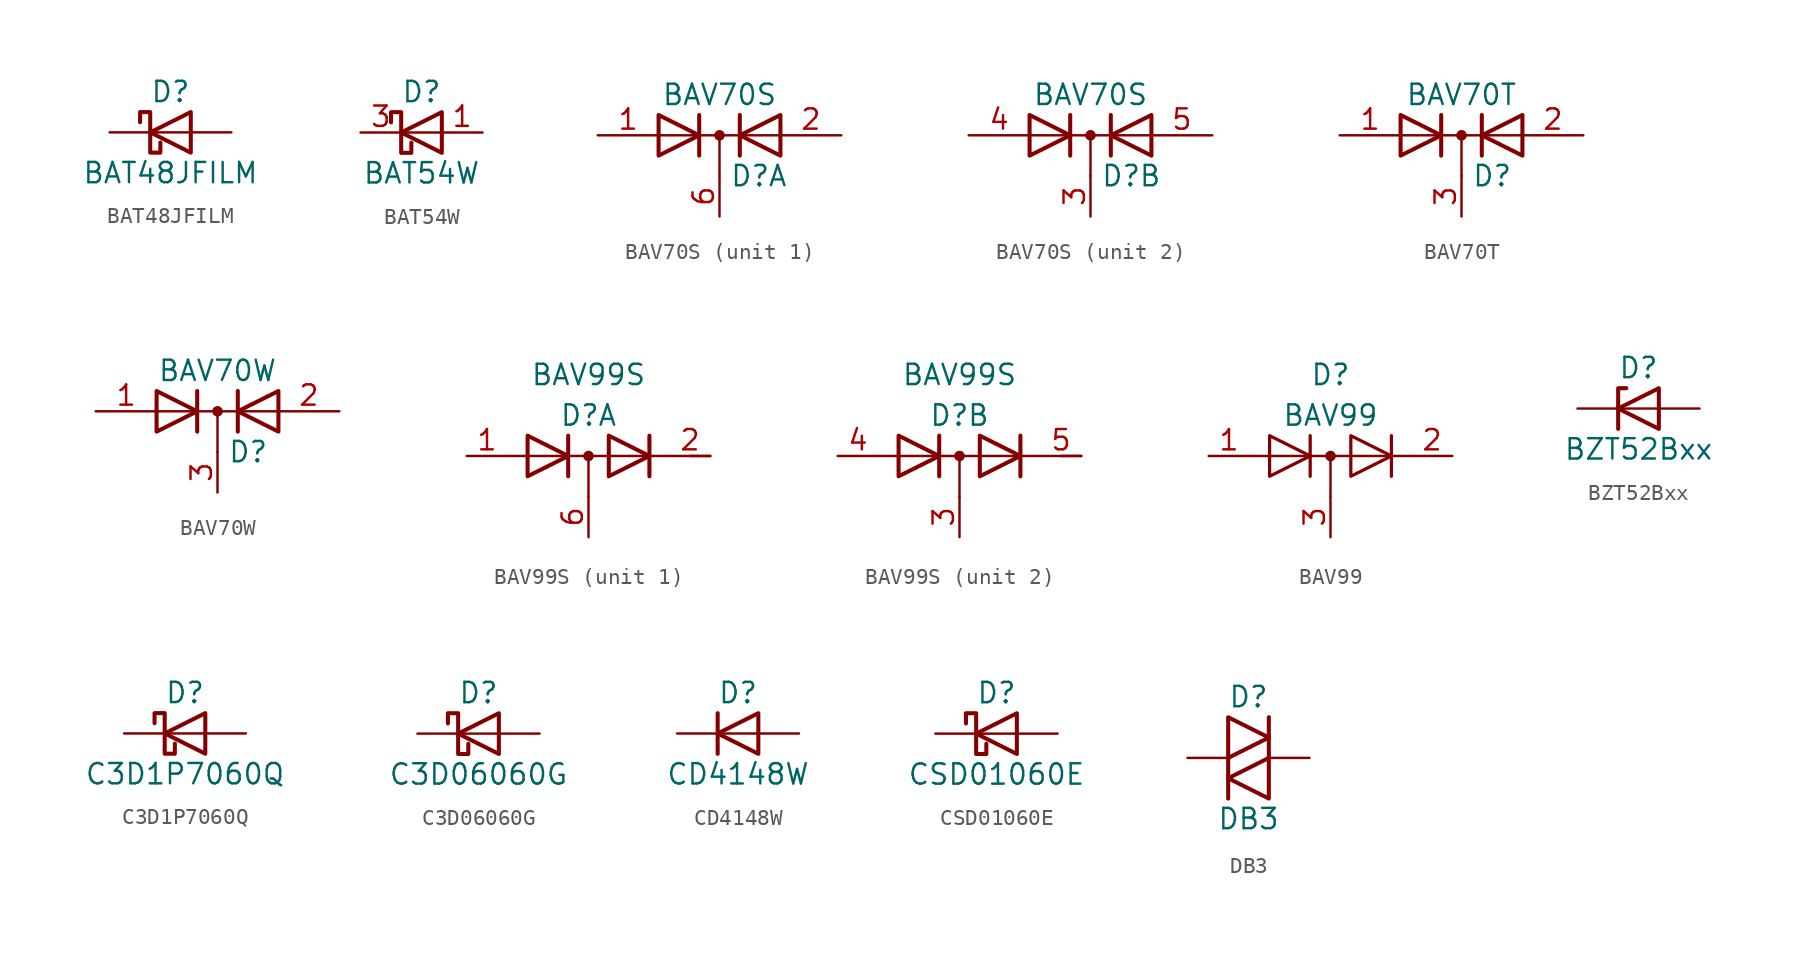
<source format=kicad_sym>
(kicad_symbol_lib
  (version 20201005)
  (generator kicad_symbol_editor)
  (symbol "BAT48JFILM"
    (pin_numbers hide)
    (pin_names
      (offset 1.016) hide)
    (property "Reference" "D"
      (at 0 2.54 0)
      (effects (font (size 1.27 1.27))))
    (property "Value" "BAT48JFILM"
      (at 0 -2.54 0)
      (effects (font (size 1.27 1.27))))
    (symbol "BAT48JFILM_0_1"
      (polyline (pts (xy 1.27 0) (xy -1.27 0)) (stroke (width 0)) (fill (type none)))
      (polyline (pts (xy 1.27 1.27) (xy 1.27 -1.27) (xy -1.27 0) (xy 1.27 1.27)) (stroke (width 0.254)) (fill (type none)))
      (polyline (pts (xy -1.905 0.635) (xy -1.905 1.27) (xy -1.27 1.27) (xy -1.27 -1.27) (xy -0.635 -1.27) (xy -0.635 -0.635)) (stroke (width 0.254)) (fill (type none))))
    (symbol "BAT48JFILM_1_1"
      (pin passive line (at -3.81 0 0) (length 2.54) (name "K" (effects (font (size 1.27 1.27)))) (number "1" (effects (font (size 1.27 1.27)))))
      (pin passive line (at 3.81 0 180) (length 2.54) (name "A" (effects (font (size 1.27 1.27)))) (number "2" (effects (font (size 1.27 1.27)))))))
  (symbol "BAT54W"
    (pin_names
      (offset 1.016) hide)
    (property "Reference" "D"
      (at 0 2.54 0)
      (effects (font (size 1.27 1.27))))
    (property "Value" "BAT54W"
      (at 0 -2.54 0)
      (effects (font (size 1.27 1.27))))
    (symbol "BAT54W_0_1"
      (polyline (pts (xy 1.27 0) (xy -1.27 0)) (stroke (width 0)) (fill (type none)))
      (polyline (pts (xy 1.27 1.27) (xy 1.27 -1.27) (xy -1.27 0) (xy 1.27 1.27)) (stroke (width 0.254)) (fill (type none)))
      (polyline (pts (xy -1.905 0.635) (xy -1.905 1.27) (xy -1.27 1.27) (xy -1.27 -1.27) (xy -0.635 -1.27) (xy -0.635 -0.635)) (stroke (width 0.254)) (fill (type none))))
    (symbol "BAT54W_1_1"
      (pin passive line (at 3.81 0 180) (length 2.54) (name "A" (effects (font (size 1.27 1.27)))) (number "1" (effects (font (size 1.27 1.27)))))
      (pin no_connect line (at 0 0 90) (length 2.54) hide (name "NC" (effects (font (size 1.27 1.27)))) (number "2" (effects (font (size 1.27 1.27)))))
      (pin passive line (at -3.81 0 0) (length 2.54) (name "K" (effects (font (size 1.27 1.27)))) (number "3" (effects (font (size 1.27 1.27)))))))
  (symbol "BAV70S"
    (pin_names
      (offset 0.762) hide)
    (property "Reference" "D"
      (at 0.635 -2.54 0)
      (effects (font (size 1.27 1.27)) (justify left)))
    (property "Value" "BAV70S"
      (at 0 2.54 0)
      (effects (font (size 1.27 1.27))))
    (symbol "BAV70S_0_1"
      (circle (center 0 0) (radius 0.254) (stroke (width 0)) (fill (type outline)))
      (polyline (pts (xy -3.81 0) (xy 3.81 0)) (stroke (width 0)) (fill (type none)))
      (polyline (pts (xy 0 0) (xy 0 -2.54)) (stroke (width 0)) (fill (type none)))
      (polyline (pts (xy -1.27 -1.27) (xy -1.27 1.27) (xy -1.27 1.27)) (stroke (width 0.254)) (fill (type none)))
      (polyline (pts (xy 1.27 -1.27) (xy 1.27 1.27) (xy 1.27 1.27)) (stroke (width 0.254)) (fill (type none)))
      (polyline (pts (xy -3.81 1.27) (xy -1.27 0) (xy -3.81 -1.27) (xy -3.81 1.27) (xy -3.81 1.27) (xy -3.81 1.27)) (stroke (width 0.254)) (fill (type none)))
      (polyline (pts (xy 3.81 -1.27) (xy 1.27 0) (xy 3.81 1.27) (xy 3.81 -1.27) (xy 3.81 -1.27) (xy 3.81 -1.27)) (stroke (width 0.254)) (fill (type none))))
    (symbol "BAV70S_1_1"
      (pin passive line (at -7.62 0 0) (length 3.81) (name "A" (effects (font (size 1.27 1.27)))) (number "1" (effects (font (size 1.27 1.27)))))
      (pin passive line (at 7.62 0 180) (length 3.81) (name "A" (effects (font (size 1.27 1.27)))) (number "2" (effects (font (size 1.27 1.27)))))
      (pin passive line (at 0 -5.08 90) (length 2.54) (name "K" (effects (font (size 1.27 1.27)))) (number "6" (effects (font (size 1.27 1.27))))))
    (symbol "BAV70S_2_1"
      (pin passive line (at 0 -5.08 90) (length 2.54) (name "K" (effects (font (size 1.27 1.27)))) (number "3" (effects (font (size 1.27 1.27)))))
      (pin passive line (at -7.62 0 0) (length 3.81) (name "A" (effects (font (size 1.27 1.27)))) (number "4" (effects (font (size 1.27 1.27)))))
      (pin passive line (at 7.62 0 180) (length 3.81) (name "A" (effects (font (size 1.27 1.27)))) (number "5" (effects (font (size 1.27 1.27)))))))
  (symbol "BAV70T"
    (pin_names
      (offset 0.762) hide)
    (property "Reference" "D"
      (at 0.635 -2.54 0)
      (effects (font (size 1.27 1.27)) (justify left)))
    (property "Value" "BAV70T"
      (at 0 2.54 0)
      (effects (font (size 1.27 1.27))))
    (symbol "BAV70T_0_1"
      (circle (center 0 0) (radius 0.254) (stroke (width 0)) (fill (type outline)))
      (polyline (pts (xy -3.81 0) (xy 3.81 0)) (stroke (width 0)) (fill (type none)))
      (polyline (pts (xy 0 0) (xy 0 -2.54)) (stroke (width 0)) (fill (type none)))
      (polyline (pts (xy -1.27 -1.27) (xy -1.27 1.27) (xy -1.27 1.27)) (stroke (width 0.254)) (fill (type none)))
      (polyline (pts (xy 1.27 -1.27) (xy 1.27 1.27) (xy 1.27 1.27)) (stroke (width 0.254)) (fill (type none)))
      (polyline (pts (xy -3.81 1.27) (xy -1.27 0) (xy -3.81 -1.27) (xy -3.81 1.27) (xy -3.81 1.27) (xy -3.81 1.27)) (stroke (width 0.254)) (fill (type none)))
      (polyline (pts (xy 3.81 -1.27) (xy 1.27 0) (xy 3.81 1.27) (xy 3.81 -1.27) (xy 3.81 -1.27) (xy 3.81 -1.27)) (stroke (width 0.254)) (fill (type none)))
      (pin passive line (at -7.62 0 0) (length 3.81) (name "A" (effects (font (size 1.27 1.27)))) (number "1" (effects (font (size 1.27 1.27)))))
      (pin passive line (at 7.62 0 180) (length 3.81) (name "A" (effects (font (size 1.27 1.27)))) (number "2" (effects (font (size 1.27 1.27)))))
      (pin passive line (at 0 -5.08 90) (length 2.54) (name "K" (effects (font (size 1.27 1.27)))) (number "3" (effects (font (size 1.27 1.27)))))))
  (symbol "BAV70W"
    (pin_names
      (offset 0.762) hide)
    (property "Reference" "D"
      (at 0.635 -2.54 0)
      (effects (font (size 1.27 1.27)) (justify left)))
    (property "Value" "BAV70W"
      (at 0 2.54 0)
      (effects (font (size 1.27 1.27))))
    (symbol "BAV70W_0_1"
      (circle (center 0 0) (radius 0.254) (stroke (width 0)) (fill (type outline)))
      (polyline (pts (xy -3.81 0) (xy 3.81 0)) (stroke (width 0)) (fill (type none)))
      (polyline (pts (xy 0 0) (xy 0 -2.54)) (stroke (width 0)) (fill (type none)))
      (polyline (pts (xy -1.27 -1.27) (xy -1.27 1.27) (xy -1.27 1.27)) (stroke (width 0.254)) (fill (type none)))
      (polyline (pts (xy 1.27 -1.27) (xy 1.27 1.27) (xy 1.27 1.27)) (stroke (width 0.254)) (fill (type none)))
      (polyline (pts (xy -3.81 1.27) (xy -1.27 0) (xy -3.81 -1.27) (xy -3.81 1.27) (xy -3.81 1.27) (xy -3.81 1.27)) (stroke (width 0.254)) (fill (type none)))
      (polyline (pts (xy 3.81 -1.27) (xy 1.27 0) (xy 3.81 1.27) (xy 3.81 -1.27) (xy 3.81 -1.27) (xy 3.81 -1.27)) (stroke (width 0.254)) (fill (type none)))
      (pin passive line (at -7.62 0 0) (length 3.81) (name "A" (effects (font (size 1.27 1.27)))) (number "1" (effects (font (size 1.27 1.27)))))
      (pin passive line (at 7.62 0 180) (length 3.81) (name "A" (effects (font (size 1.27 1.27)))) (number "2" (effects (font (size 1.27 1.27)))))
      (pin passive line (at 0 -5.08 90) (length 2.54) (name "K" (effects (font (size 1.27 1.27)))) (number "3" (effects (font (size 1.27 1.27)))))))
  (symbol "BAV99S"
    (pin_names
      (offset 0.025) hide)
    (property "Reference" "D"
      (at 0 2.54 0)
      (effects (font (size 1.27 1.27))))
    (property "Value" "BAV99S"
      (at 0 5.08 0)
      (effects (font (size 1.27 1.27))))
    (property "ki_locked" ""
      (at 0 0 0)
      (effects (font (size 1.27 1.27))))
    (symbol "BAV99S_0_1"
      (circle (center 0 0) (radius 0.254) (stroke (width 0)) (fill (type outline)))
      (polyline (pts (xy -5.08 0) (xy 5.08 0)) (stroke (width 0)) (fill (type none)))
      (polyline (pts (xy 0 0) (xy 0 -2.54)) (stroke (width 0)) (fill (type none)))
      (polyline (pts (xy -1.27 -1.27) (xy -1.27 1.27) (xy -1.27 1.27)) (stroke (width 0.254)) (fill (type none)))
      (polyline (pts (xy 3.81 1.27) (xy 3.81 -1.27) (xy 3.81 -1.27)) (stroke (width 0.254)) (fill (type none)))
      (polyline (pts (xy -3.81 1.27) (xy -1.27 0) (xy -3.81 -1.27) (xy -3.81 1.27) (xy -3.81 1.27) (xy -3.81 1.27)) (stroke (width 0.254)) (fill (type none)))
      (polyline (pts (xy 1.27 1.27) (xy 3.81 0) (xy 1.27 -1.27) (xy 1.27 1.27) (xy 1.27 1.27) (xy 1.27 1.27)) (stroke (width 0.254)) (fill (type none))))
    (symbol "BAV99S_1_1"
      (polyline (pts (xy 6.35 0) (xy 7.62 0)) (stroke (width 0)) (fill (type none)))
      (pin passive line (at -7.62 0 0) (length 2.54) (name "A1" (effects (font (size 1.27 1.27)))) (number "1" (effects (font (size 1.27 1.27)))))
      (pin passive line (at 7.62 0 180) (length 2.54) (name "K2" (effects (font (size 1.27 1.27)))) (number "2" (effects (font (size 1.27 1.27)))))
      (pin passive line (at 0 -5.08 90) (length 2.54) (name "K3A4" (effects (font (size 1.27 1.27)))) (number "6" (effects (font (size 1.27 1.27))))))
    (symbol "BAV99S_2_1"
      (polyline (pts (xy 6.35 0) (xy 7.62 0)) (stroke (width 0)) (fill (type none)))
      (pin passive line (at 0 -5.08 90) (length 2.54) (name "K1A2" (effects (font (size 1.27 1.27)))) (number "3" (effects (font (size 1.27 1.27)))))
      (pin passive line (at -7.62 0 0) (length 2.54) (name "A3" (effects (font (size 1.27 1.27)))) (number "4" (effects (font (size 1.27 1.27)))))
      (pin passive line (at 7.62 0 180) (length 2.54) (name "K4" (effects (font (size 1.27 1.27)))) (number "5" (effects (font (size 1.27 1.27)))))))
  (symbol "BAV99"
    (pin_names hide)
    (property "Reference" "D"
      (at 0 5.08 0)
      (effects (font (size 1.27 1.27))))
    (property "Value" "BAV99"
      (at 0 2.54 0)
      (effects (font (size 1.27 1.27))))
    (symbol "BAV99_0_1"
      (polyline (pts (xy -5.08 0) (xy 5.08 0)) (stroke (width 0)) (fill (type none))))
    (symbol "BAV99_1_1"
      (circle (center 0 0) (radius 0.254) (stroke (width 0)) (fill (type outline)))
      (polyline (pts (xy 0 0) (xy 0 -2.54)) (stroke (width 0)) (fill (type none)))
      (polyline (pts (xy -1.27 -1.27) (xy -1.27 1.27) (xy -1.27 1.27)) (stroke (width 0.203)) (fill (type none)))
      (polyline (pts (xy 3.81 1.27) (xy 3.81 -1.27) (xy 3.81 -1.27)) (stroke (width 0.203)) (fill (type none)))
      (polyline (pts (xy -3.81 1.27) (xy -1.27 0) (xy -3.81 -1.27) (xy -3.81 1.27) (xy -3.81 1.27) (xy -3.81 1.27)) (stroke (width 0.203)) (fill (type none)))
      (polyline (pts (xy 1.27 1.27) (xy 3.81 0) (xy 1.27 -1.27) (xy 1.27 1.27) (xy 1.27 1.27) (xy 1.27 1.27)) (stroke (width 0.203)) (fill (type none)))
      (pin passive line (at -7.62 0 0) (length 2.54) (name "K" (effects (font (size 1.27 1.27)))) (number "1" (effects (font (size 1.27 1.27)))))
      (pin passive line (at 7.62 0 180) (length 2.54) (name "A" (effects (font (size 1.27 1.27)))) (number "2" (effects (font (size 1.27 1.27)))))
      (pin passive line (at 0 -5.08 90) (length 2.54) (name "K" (effects (font (size 1.27 1.27)))) (number "3" (effects (font (size 1.27 1.27)))))))
  (symbol "BZT52Bxx"
    (pin_numbers hide)
    (pin_names
      (offset 1.016) hide)
    (property "Reference" "D"
      (at 0 2.54 0)
      (effects (font (size 1.27 1.27))))
    (property "Value" "BZT52Bxx"
      (at 0 -2.54 0)
      (effects (font (size 1.27 1.27))))
    (symbol "BZT52Bxx_0_1"
      (polyline (pts (xy 1.27 0) (xy -1.27 0)) (stroke (width 0)) (fill (type none)))
      (polyline (pts (xy -1.27 -1.27) (xy -1.27 1.27) (xy -0.762 1.27)) (stroke (width 0.254)) (fill (type none)))
      (polyline (pts (xy 1.27 -1.27) (xy 1.27 1.27) (xy -1.27 0) (xy 1.27 -1.27)) (stroke (width 0.254)) (fill (type none))))
    (symbol "BZT52Bxx_1_1"
      (pin passive line (at -3.81 0 0) (length 2.54) (name "K" (effects (font (size 1.27 1.27)))) (number "1" (effects (font (size 1.27 1.27)))))
      (pin passive line (at 3.81 0 180) (length 2.54) (name "A" (effects (font (size 1.27 1.27)))) (number "2" (effects (font (size 1.27 1.27)))))))
  (symbol "C3D1P7060Q"
    (pin_numbers hide)
    (pin_names
      (offset 1.016) hide)
    (property "Reference" "D"
      (at 0 2.54 0)
      (effects (font (size 1.27 1.27))))
    (property "Value" "C3D1P7060Q"
      (at 0 -2.54 0)
      (effects (font (size 1.27 1.27))))
    (symbol "C3D1P7060Q_0_1"
      (polyline (pts (xy 1.27 0) (xy -1.27 0)) (stroke (width 0)) (fill (type none)))
      (polyline (pts (xy 1.27 1.27) (xy 1.27 -1.27) (xy -1.27 0) (xy 1.27 1.27)) (stroke (width 0.254)) (fill (type none)))
      (polyline (pts (xy -1.905 0.635) (xy -1.905 1.27) (xy -1.27 1.27) (xy -1.27 -1.27) (xy -0.635 -1.27) (xy -0.635 -0.635)) (stroke (width 0.254)) (fill (type none))))
    (symbol "C3D1P7060Q_1_1"
      (pin passive line (at -3.81 0 0) (length 2.54) (name "K" (effects (font (size 1.27 1.27)))) (number "1" (effects (font (size 1.27 1.27)))))
      (pin passive line (at 3.81 0 180) (length 2.54) (name "A" (effects (font (size 1.27 1.27)))) (number "2" (effects (font (size 1.27 1.27)))))))
  (symbol "C3D06060G"
    (pin_numbers hide)
    (pin_names
      (offset 1.016) hide)
    (property "Reference" "D"
      (at 0 2.54 0)
      (effects (font (size 1.27 1.27))))
    (property "Value" "C3D06060G"
      (at 0 -2.54 0)
      (effects (font (size 1.27 1.27))))
    (symbol "C3D06060G_0_1"
      (polyline (pts (xy 1.27 0) (xy -1.27 0)) (stroke (width 0)) (fill (type none)))
      (polyline (pts (xy 1.27 1.27) (xy 1.27 -1.27) (xy -1.27 0) (xy 1.27 1.27)) (stroke (width 0.254)) (fill (type none)))
      (polyline (pts (xy -1.905 0.635) (xy -1.905 1.27) (xy -1.27 1.27) (xy -1.27 -1.27) (xy -0.635 -1.27) (xy -0.635 -0.635)) (stroke (width 0.254)) (fill (type none))))
    (symbol "C3D06060G_1_1"
      (pin passive line (at -3.81 0 0) (length 2.54) (name "K" (effects (font (size 1.27 1.27)))) (number "1" (effects (font (size 1.27 1.27)))))
      (pin passive line (at 3.81 0 180) (length 2.54) (name "A" (effects (font (size 1.27 1.27)))) (number "2" (effects (font (size 1.27 1.27)))))))
  (symbol "CD4148W"
    (pin_numbers hide)
    (pin_names
      (offset 1.016) hide)
    (property "Reference" "D"
      (at 0 2.54 0)
      (effects (font (size 1.27 1.27))))
    (property "Value" "CD4148W"
      (at 0 -2.54 0)
      (effects (font (size 1.27 1.27))))
    (symbol "CD4148W_0_1"
      (polyline (pts (xy -1.27 1.27) (xy -1.27 -1.27)) (stroke (width 0.254)) (fill (type none)))
      (polyline (pts (xy 1.27 0) (xy -1.27 0)) (stroke (width 0)) (fill (type none)))
      (polyline (pts (xy 1.27 1.27) (xy 1.27 -1.27) (xy -1.27 0) (xy 1.27 1.27)) (stroke (width 0.254)) (fill (type none))))
    (symbol "CD4148W_1_1"
      (pin passive line (at -3.81 0 0) (length 2.54) (name "K" (effects (font (size 1.27 1.27)))) (number "1" (effects (font (size 1.27 1.27)))))
      (pin passive line (at 3.81 0 180) (length 2.54) (name "A" (effects (font (size 1.27 1.27)))) (number "2" (effects (font (size 1.27 1.27)))))))
  (symbol "CSD01060E"
    (pin_numbers hide)
    (pin_names
      (offset 1.016) hide)
    (property "Reference" "D"
      (at 0 2.54 0)
      (effects (font (size 1.27 1.27))))
    (property "Value" "CSD01060E"
      (at 0 -2.54 0)
      (effects (font (size 1.27 1.27))))
    (symbol "CSD01060E_0_1"
      (polyline (pts (xy 1.27 0) (xy -1.27 0)) (stroke (width 0)) (fill (type none)))
      (polyline (pts (xy 1.27 1.27) (xy 1.27 -1.27) (xy -1.27 0) (xy 1.27 1.27)) (stroke (width 0.254)) (fill (type none)))
      (polyline (pts (xy -1.905 0.635) (xy -1.905 1.27) (xy -1.27 1.27) (xy -1.27 -1.27) (xy -0.635 -1.27) (xy -0.635 -0.635)) (stroke (width 0.254)) (fill (type none))))
    (symbol "CSD01060E_1_1"
      (pin passive line (at -3.81 0 0) (length 2.54) (name "K" (effects (font (size 1.27 1.27)))) (number "1" (effects (font (size 1.27 1.27)))))
      (pin passive line (at 3.81 0 180) (length 2.54) (name "A" (effects (font (size 1.27 1.27)))) (number "2" (effects (font (size 1.27 1.27)))))))
  (symbol "DB3"
    (pin_numbers hide)
    (pin_names
      (offset 1.016) hide)
    (property "Reference" "D"
      (at 0 3.81 0)
      (effects (font (size 1.27 1.27))))
    (property "Value" "DB3"
      (at 0 -3.81 0)
      (effects (font (size 1.27 1.27))))
    (symbol "DB3_0_1"
      (polyline (pts (xy -1.27 0) (xy -1.27 -2.54)) (stroke (width 0.254)) (fill (type none)))
      (polyline (pts (xy 1.27 2.54) (xy 1.27 0)) (stroke (width 0.254)) (fill (type none)))
      (polyline (pts (xy -1.27 2.54) (xy -1.27 0) (xy 1.27 1.27) (xy -1.27 2.54)) (stroke (width 0.254)) (fill (type none)))
      (polyline (pts (xy 1.27 0) (xy 1.27 -2.54) (xy -1.27 -1.27) (xy 1.27 0)) (stroke (width 0.254)) (fill (type none))))
    (symbol "DB3_1_1"
      (pin passive line (at -3.81 0 0) (length 2.54) (name "K" (effects (font (size 1.27 1.27)))) (number "1" (effects (font (size 1.27 1.27)))))
      (pin passive line (at 3.81 0 180) (length 2.54) (name "A" (effects (font (size 1.27 1.27)))) (number "2" (effects (font (size 1.27 1.27))))))))
</source>
